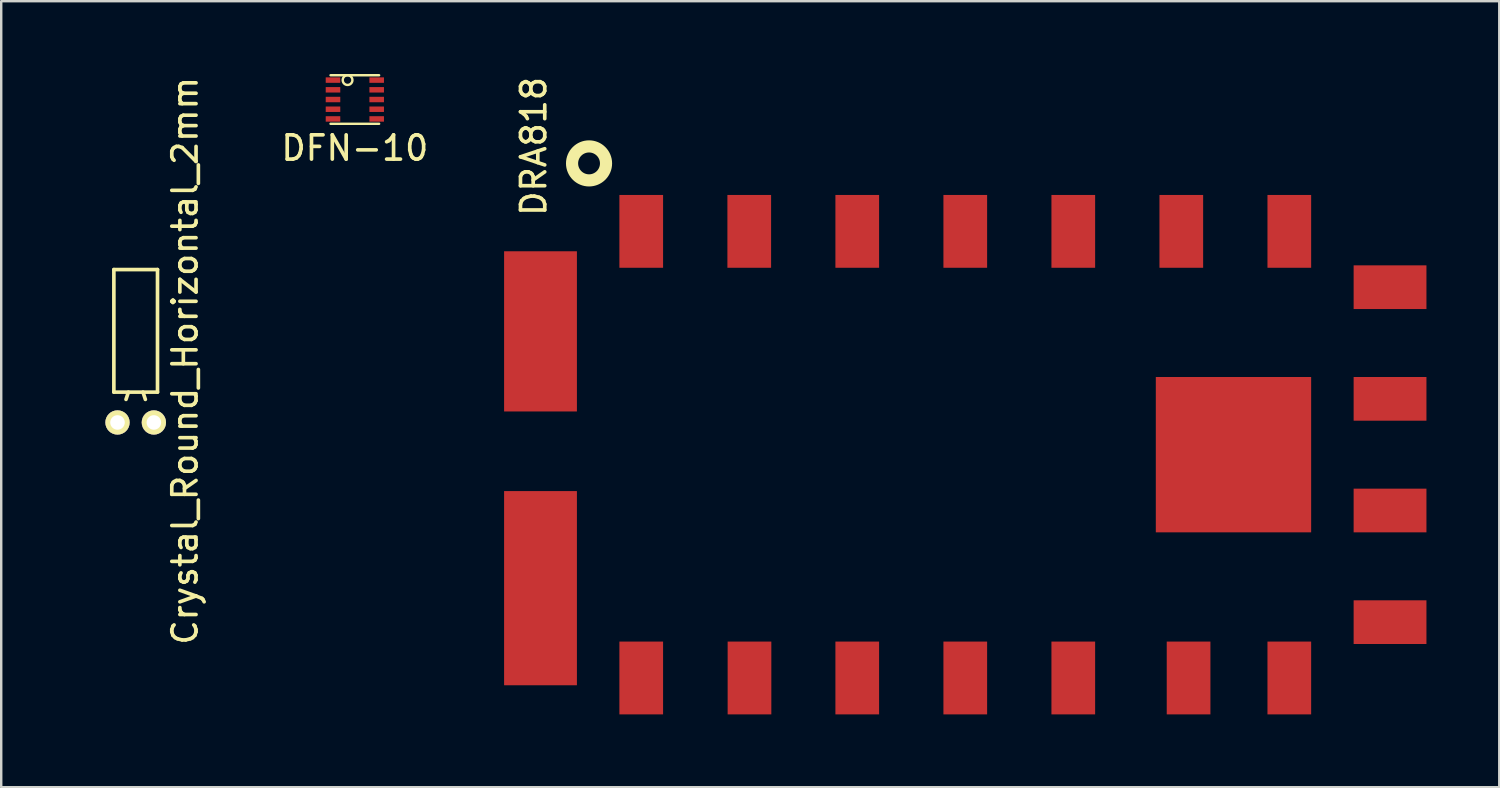
<source format=kicad_pcb>
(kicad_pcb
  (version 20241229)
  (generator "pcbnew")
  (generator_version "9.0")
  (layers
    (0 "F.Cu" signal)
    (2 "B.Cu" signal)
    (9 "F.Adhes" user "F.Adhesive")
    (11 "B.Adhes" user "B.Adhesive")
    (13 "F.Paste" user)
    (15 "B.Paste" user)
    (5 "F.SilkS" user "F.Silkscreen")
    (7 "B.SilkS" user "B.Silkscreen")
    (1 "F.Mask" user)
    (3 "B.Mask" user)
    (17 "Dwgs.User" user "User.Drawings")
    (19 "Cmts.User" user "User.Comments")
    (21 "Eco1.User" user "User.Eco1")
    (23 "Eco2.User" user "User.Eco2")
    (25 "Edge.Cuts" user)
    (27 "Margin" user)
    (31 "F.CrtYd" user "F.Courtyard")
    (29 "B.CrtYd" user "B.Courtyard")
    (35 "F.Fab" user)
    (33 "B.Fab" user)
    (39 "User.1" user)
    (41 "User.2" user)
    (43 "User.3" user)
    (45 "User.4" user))
  (footprint "Crystal_Round_Horizontal_2mm"
    (layer "F.Cu")
    (at 2.54 14.355)
    (property "Reference" "Crystal_Round_Horizontal_2mm" (at 2.032 -2.54 90) (layer "F.SilkS") (effects (font (size 1 1) (thickness 0.15))))
    (attr through_hole)
    (fp_line (start -0.899 -6.299) (end -0.899 -1.25) (stroke (width 0.15) (type solid)) (layer "F.SilkS"))
    (fp_line (start -0.3 -1.25) (end -0.399 -0.95) (stroke (width 0.15) (type solid)) (layer "F.SilkS"))
    (fp_line (start 0.3 -1.25) (end 0.399 -0.95) (stroke (width 0.15) (type solid)) (layer "F.SilkS"))
    (fp_line (start 0.899 -6.299) (end -0.899 -6.299) (stroke (width 0.15) (type solid)) (layer "F.SilkS"))
    (fp_line (start 0.899 -1.25) (end -0.899 -1.25) (stroke (width 0.15) (type solid)) (layer "F.SilkS"))
    (fp_line (start 0.899 -1.25) (end 0.899 -6.299) (stroke (width 0.15) (type solid)) (layer "F.SilkS"))
    (fp_line (start -1.524 -5.08) (end 1.524 -5.08) (stroke (width 2.032) (type solid)) (layer "F.Paste"))
    (pad "1" thru_hole circle (at -0.749 0) (size 1.001 1.001) (drill 0.599) (layers "*.Cu" "*.Mask" "F.SilkS"))
    (pad "2" thru_hole circle (at 0.749 0) (size 1.001 1.001) (drill 0.599) (layers "*.Cu" "*.Mask" "F.SilkS")))
  (footprint "DRA818"
    (layer "F.Cu")
    (at 36.718 15.682)
    (property "Reference" "DRA818" (at -17.78 -12.7 90) (layer "F.SilkS") (effects (font (size 1 1) (thickness 0.15))))
    (attr through_hole)
    (fp_circle (center -15.5 -12) (end -14.8 -12) (stroke (width 0.5) (type solid)) (fill no) (layer "F.SilkS"))
    (pad "0" smd rect (at -17.5 -5.08) (size 3 6.6) (layers "F.Cu" "F.Mask" "F.Paste"))
    (pad "0" smd rect (at -17.5 5.5) (size 3 8) (layers "F.Cu" "F.Mask" "F.Paste"))
    (pad "0" smd rect (at 11.05 0) (size 6.4 6.4) (layers "F.Cu" "F.Mask" "F.Paste"))
    (pad "1" smd rect (at -13.35 -9.2) (size 1.8 3) (layers "F.Cu" "F.Mask" "F.Paste"))
    (pad "2" smd rect (at -8.9 -9.2) (size 1.8 3) (layers "F.Cu" "F.Mask" "F.Paste"))
    (pad "3" smd rect (at -4.45 -9.2) (size 1.8 3) (layers "F.Cu" "F.Mask" "F.Paste"))
    (pad "4" smd rect (at 0 -9.2) (size 1.8 3) (layers "F.Cu" "F.Mask" "F.Paste"))
    (pad "5" smd rect (at 4.45 -9.2) (size 1.8 3) (layers "F.Cu" "F.Mask" "F.Paste"))
    (pad "6" smd rect (at 8.9 -9.2) (size 1.8 3) (layers "F.Cu" "F.Mask" "F.Paste"))
    (pad "7" smd rect (at 13.35 -9.2) (size 1.8 3) (layers "F.Cu" "F.Mask" "F.Paste"))
    (pad "8" smd rect (at 17.5 -6.9) (size 3 1.8) (layers "F.Cu" "F.Mask" "F.Paste"))
    (pad "9" smd rect (at 17.5 -2.3) (size 3 1.8) (layers "F.Cu" "F.Mask" "F.Paste"))
    (pad "10" smd rect (at 17.5 2.3) (size 3 1.8) (layers "F.Cu" "F.Mask" "F.Paste"))
    (pad "11" smd rect (at 17.5 6.9) (size 3 1.8) (layers "F.Cu" "F.Mask" "F.Paste"))
    (pad "12" smd rect (at 13.35 9.2) (size 1.8 3) (layers "F.Cu" "F.Mask" "F.Paste"))
    (pad "13" smd rect (at 9.2 9.2) (size 1.8 3) (layers "F.Cu" "F.Mask" "F.Paste"))
    (pad "14" smd rect (at 4.45 9.2) (size 1.8 3) (layers "F.Cu" "F.Mask" "F.Paste"))
    (pad "15" smd rect (at 0 9.2) (size 1.8 3) (layers "F.Cu" "F.Mask" "F.Paste"))
    (pad "16" smd rect (at -4.45 9.2) (size 1.8 3) (layers "F.Cu" "F.Mask" "F.Paste"))
    (pad "17" smd rect (at -8.89 9.2) (size 1.8 3) (layers "F.Cu" "F.Mask" "F.Paste"))
    (pad "18" smd rect (at -13.35 9.2) (size 1.8 3) (layers "F.Cu" "F.Mask" "F.Paste")))
  (footprint "DFN-10"
    (layer "F.Cu")
    (at 11.569 1.05)
    (property "Reference" "DFN-10" (at 0 2 0) (layer "F.SilkS") (effects (font (size 1 1) (thickness 0.15))))
    (attr through_hole)
    (fp_line (start 1 -1) (end -1 -1) (stroke (width 0.1) (type solid)) (layer "F.SilkS"))
    (fp_line (start 1 1) (end -1 1) (stroke (width 0.1) (type solid)) (layer "F.SilkS"))
    (fp_circle (center -0.3 -0.8) (end -0.1 -0.8) (stroke (width 0.1) (type solid)) (fill no) (layer "F.SilkS"))
    (pad "1" smd rect (at -0.9 -0.8) (size 0.6 0.225) (layers "F.Cu" "F.Mask" "F.Paste"))
    (pad "2" smd rect (at -0.9 -0.4) (size 0.6 0.225) (layers "F.Cu" "F.Mask" "F.Paste"))
    (pad "3" smd rect (at -0.9 0) (size 0.6 0.225) (layers "F.Cu" "F.Mask" "F.Paste"))
    (pad "4" smd rect (at -0.9 0.4) (size 0.6 0.225) (layers "F.Cu" "F.Mask" "F.Paste"))
    (pad "5" smd rect (at -0.9 0.8) (size 0.6 0.225) (layers "F.Cu" "F.Mask" "F.Paste"))
    (pad "6" smd rect (at 0.9 0.8) (size 0.6 0.225) (layers "F.Cu" "F.Mask" "F.Paste"))
    (pad "7" smd rect (at 0.9 0.4) (size 0.6 0.225) (layers "F.Cu" "F.Mask" "F.Paste"))
    (pad "8" smd rect (at 0.9 0) (size 0.6 0.225) (layers "F.Cu" "F.Mask" "F.Paste"))
    (pad "9" smd rect (at 0.9 -0.4) (size 0.6 0.225) (layers "F.Cu" "F.Mask" "F.Paste"))
    (pad "10" smd rect (at 0.9 -0.8) (size 0.6 0.225) (layers "F.Cu" "F.Mask" "F.Paste")))
  (gr_rect
    (start -3 -3)
    (end 58.718 29.382)
    (stroke (width 0.1) (type default))
    (fill no)
    (layer "Edge.Cuts")))
</source>
